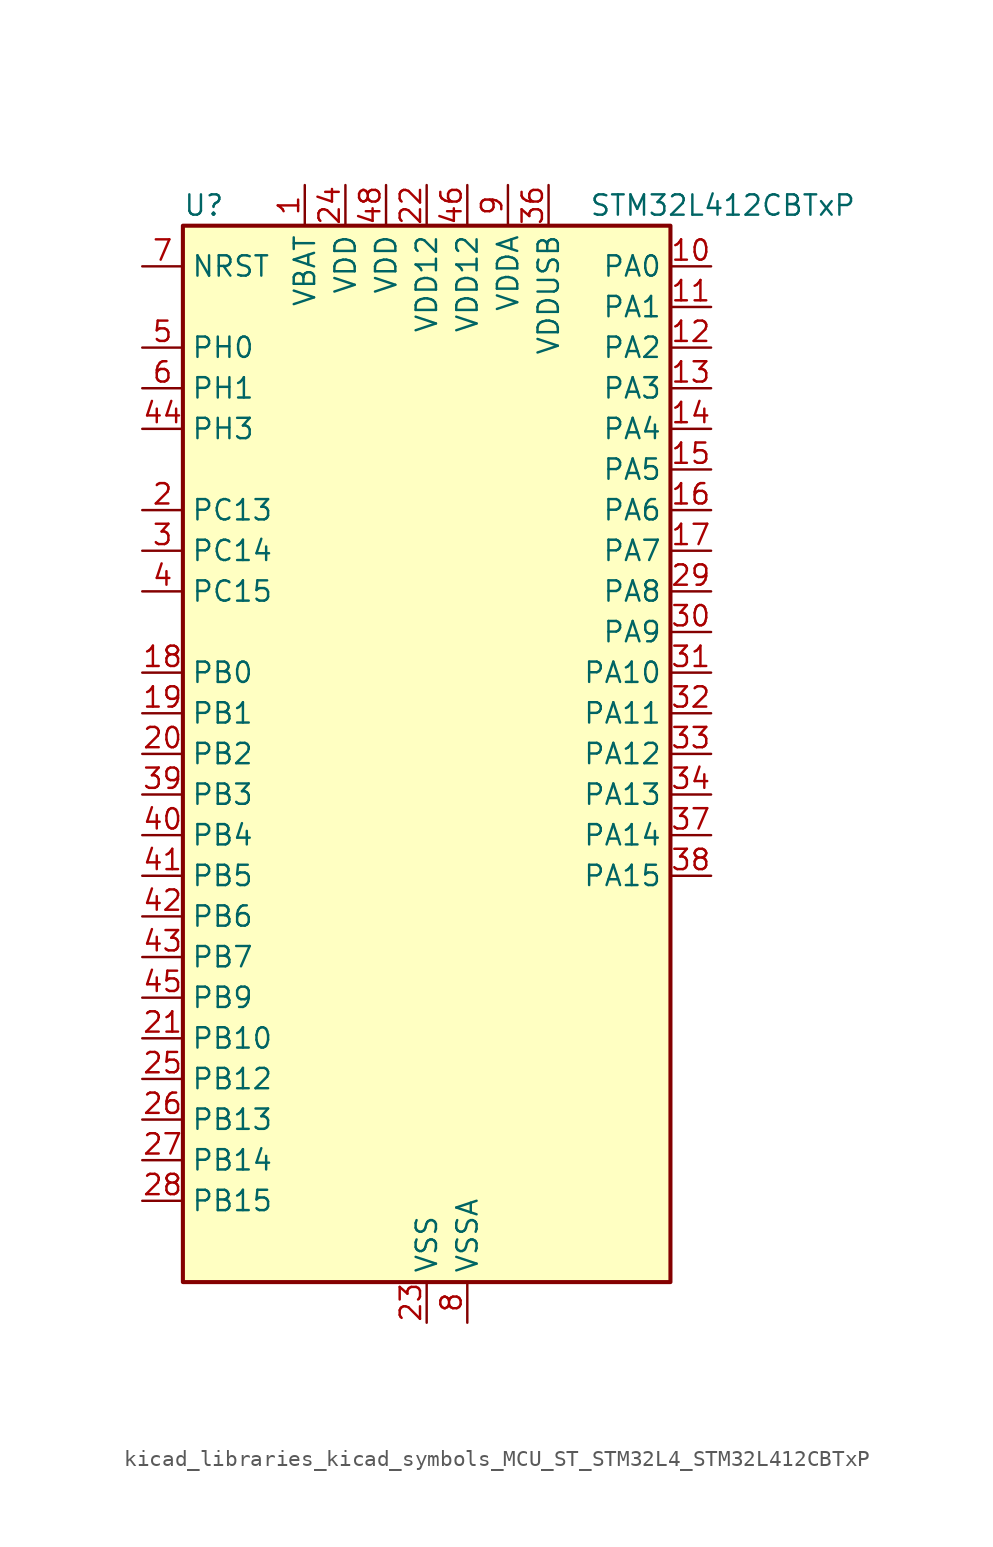
<source format=kicad_sym>
(kicad_symbol_lib
  (version 20220914)
  (generator kicad_symbol_editor)
  (symbol "kicad_libraries_kicad_symbols_MCU_ST_STM32L4_STM32L412CBTxP"
    (property "Reference" "U"
      (at -15.24 34.29 0)
      (effects (font (size 1.27 1.27)) (justify left)))
    (property "Value" "STM32L412CBTxP"
      (at 10.16 34.29 0)
      (effects (font (size 1.27 1.27)) (justify left)))
    (property "ki_locked" ""
      (at 0 0 0)
      (effects (font (size 1.27 1.27))))
    (symbol "kicad_libraries_kicad_symbols_MCU_ST_STM32L4_STM32L412CBTxP_0_1"
      (rectangle (start -15.24 -33.02) (end 15.24 33.02) (stroke (width 0.254) (type default)) (fill (type background))))
    (symbol "kicad_libraries_kicad_symbols_MCU_ST_STM32L4_STM32L412CBTxP_1_1"
      (pin power_in line (at -7.62 35.56 270) (length 2.54) (name "VBAT" (effects (font (size 1.27 1.27)))) (number "1" (effects (font (size 1.27 1.27)))))
      (pin bidirectional line (at 17.78 30.48 180) (length 2.54) (name "PA0" (effects (font (size 1.27 1.27)))) (number "10" (effects (font (size 1.27 1.27)))) (alternate "ADC1_IN5" bidirectional line) (alternate "COMP1_INM" bidirectional line) (alternate "COMP1_OUT" bidirectional line) (alternate "OPAMP1_VINP" bidirectional line) (alternate "RTC_TAMP2" bidirectional line) (alternate "SYS_WKUP1" bidirectional line) (alternate "TIM2_CH1" bidirectional line) (alternate "TIM2_ETR" bidirectional line) (alternate "USART2_CTS" bidirectional line))
      (pin bidirectional line (at 17.78 27.94 180) (length 2.54) (name "PA1" (effects (font (size 1.27 1.27)))) (number "11" (effects (font (size 1.27 1.27)))) (alternate "ADC1_IN6" bidirectional line) (alternate "COMP1_INP" bidirectional line) (alternate "I2C1_SMBA" bidirectional line) (alternate "OPAMP1_VINM" bidirectional line) (alternate "SPI1_SCK" bidirectional line) (alternate "TIM15_CH1N" bidirectional line) (alternate "TIM2_CH2" bidirectional line) (alternate "USART2_DE" bidirectional line) (alternate "USART2_RTS" bidirectional line))
      (pin bidirectional line (at 17.78 25.4 180) (length 2.54) (name "PA2" (effects (font (size 1.27 1.27)))) (number "12" (effects (font (size 1.27 1.27)))) (alternate "ADC1_IN7" bidirectional line) (alternate "ADC2_IN7" bidirectional line) (alternate "LPUART1_TX" bidirectional line) (alternate "QUADSPI_BK1_NCS" bidirectional line) (alternate "RCC_LSCO" bidirectional line) (alternate "SYS_WKUP4" bidirectional line) (alternate "TIM15_CH1" bidirectional line) (alternate "TIM2_CH3" bidirectional line) (alternate "USART2_TX" bidirectional line))
      (pin bidirectional line (at 17.78 22.86 180) (length 2.54) (name "PA3" (effects (font (size 1.27 1.27)))) (number "13" (effects (font (size 1.27 1.27)))) (alternate "ADC1_IN8" bidirectional line) (alternate "ADC2_IN8" bidirectional line) (alternate "LPUART1_RX" bidirectional line) (alternate "OPAMP1_VOUT" bidirectional line) (alternate "QUADSPI_CLK" bidirectional line) (alternate "TIM15_CH2" bidirectional line) (alternate "TIM2_CH4" bidirectional line) (alternate "USART2_RX" bidirectional line))
      (pin bidirectional line (at 17.78 20.32 180) (length 2.54) (name "PA4" (effects (font (size 1.27 1.27)))) (number "14" (effects (font (size 1.27 1.27)))) (alternate "ADC1_IN9" bidirectional line) (alternate "ADC2_IN9" bidirectional line) (alternate "COMP1_INM" bidirectional line) (alternate "LPTIM2_OUT" bidirectional line) (alternate "SPI1_NSS" bidirectional line) (alternate "USART2_CK" bidirectional line))
      (pin bidirectional line (at 17.78 17.78 180) (length 2.54) (name "PA5" (effects (font (size 1.27 1.27)))) (number "15" (effects (font (size 1.27 1.27)))) (alternate "ADC1_IN10" bidirectional line) (alternate "ADC2_IN10" bidirectional line) (alternate "COMP1_INM" bidirectional line) (alternate "LPTIM2_ETR" bidirectional line) (alternate "SPI1_SCK" bidirectional line) (alternate "TIM2_CH1" bidirectional line) (alternate "TIM2_ETR" bidirectional line))
      (pin bidirectional line (at 17.78 15.24 180) (length 2.54) (name "PA6" (effects (font (size 1.27 1.27)))) (number "16" (effects (font (size 1.27 1.27)))) (alternate "ADC1_IN11" bidirectional line) (alternate "ADC2_IN11" bidirectional line) (alternate "COMP1_OUT" bidirectional line) (alternate "LPUART1_CTS" bidirectional line) (alternate "QUADSPI_BK1_IO3" bidirectional line) (alternate "SPI1_MISO" bidirectional line) (alternate "TIM16_CH1" bidirectional line) (alternate "TIM1_BKIN" bidirectional line) (alternate "USART3_CTS" bidirectional line))
      (pin bidirectional line (at 17.78 12.7 180) (length 2.54) (name "PA7" (effects (font (size 1.27 1.27)))) (number "17" (effects (font (size 1.27 1.27)))) (alternate "ADC1_IN12" bidirectional line) (alternate "ADC2_IN12" bidirectional line) (alternate "I2C3_SCL" bidirectional line) (alternate "QUADSPI_BK1_IO2" bidirectional line) (alternate "SPI1_MOSI" bidirectional line) (alternate "TIM1_CH1N" bidirectional line))
      (pin bidirectional line (at -17.78 5.08 0) (length 2.54) (name "PB0" (effects (font (size 1.27 1.27)))) (number "18" (effects (font (size 1.27 1.27)))) (alternate "ADC1_IN15" bidirectional line) (alternate "ADC2_IN15" bidirectional line) (alternate "COMP1_OUT" bidirectional line) (alternate "QUADSPI_BK1_IO1" bidirectional line) (alternate "SPI1_NSS" bidirectional line) (alternate "SYS_TRACED0" bidirectional line) (alternate "TIM1_CH2N" bidirectional line) (alternate "USART3_CK" bidirectional line))
      (pin bidirectional line (at -17.78 2.54 0) (length 2.54) (name "PB1" (effects (font (size 1.27 1.27)))) (number "19" (effects (font (size 1.27 1.27)))) (alternate "ADC1_IN16" bidirectional line) (alternate "ADC2_IN16" bidirectional line) (alternate "COMP1_INM" bidirectional line) (alternate "LPTIM2_IN1" bidirectional line) (alternate "LPUART1_DE" bidirectional line) (alternate "LPUART1_RTS" bidirectional line) (alternate "QUADSPI_BK1_IO0" bidirectional line) (alternate "SYS_TRACED1" bidirectional line) (alternate "TIM1_CH3N" bidirectional line) (alternate "USART3_DE" bidirectional line) (alternate "USART3_RTS" bidirectional line))
      (pin bidirectional line (at -17.78 15.24 0) (length 2.54) (name "PC13" (effects (font (size 1.27 1.27)))) (number "2" (effects (font (size 1.27 1.27)))) (alternate "RTC_OUT_ALARM" bidirectional line) (alternate "RTC_OUT_CALIB" bidirectional line) (alternate "RTC_TAMP1" bidirectional line) (alternate "RTC_TS" bidirectional line) (alternate "SYS_WKUP2" bidirectional line))
      (pin bidirectional line (at -17.78 0 0) (length 2.54) (name "PB2" (effects (font (size 1.27 1.27)))) (number "20" (effects (font (size 1.27 1.27)))) (alternate "COMP1_INP" bidirectional line) (alternate "I2C3_SMBA" bidirectional line) (alternate "LPTIM1_OUT" bidirectional line) (alternate "RTC_OUT_ALARM" bidirectional line) (alternate "RTC_OUT_CALIB" bidirectional line))
      (pin bidirectional line (at -17.78 -17.78 0) (length 2.54) (name "PB10" (effects (font (size 1.27 1.27)))) (number "21" (effects (font (size 1.27 1.27)))) (alternate "COMP1_OUT" bidirectional line) (alternate "I2C2_SCL" bidirectional line) (alternate "LPUART1_RX" bidirectional line) (alternate "QUADSPI_CLK" bidirectional line) (alternate "SPI2_SCK" bidirectional line) (alternate "TIM2_CH3" bidirectional line) (alternate "TSC_SYNC" bidirectional line) (alternate "USART3_TX" bidirectional line))
      (pin power_in line (at 0 35.56 270) (length 2.54) (name "VDD12" (effects (font (size 1.27 1.27)))) (number "22" (effects (font (size 1.27 1.27)))))
      (pin power_in line (at 0 -35.56 90) (length 2.54) (name "VSS" (effects (font (size 1.27 1.27)))) (number "23" (effects (font (size 1.27 1.27)))))
      (pin power_in line (at -5.08 35.56 270) (length 2.54) (name "VDD" (effects (font (size 1.27 1.27)))) (number "24" (effects (font (size 1.27 1.27)))))
      (pin bidirectional line (at -17.78 -20.32 0) (length 2.54) (name "PB12" (effects (font (size 1.27 1.27)))) (number "25" (effects (font (size 1.27 1.27)))) (alternate "I2C2_SMBA" bidirectional line) (alternate "LPUART1_DE" bidirectional line) (alternate "LPUART1_RTS" bidirectional line) (alternate "SPI2_NSS" bidirectional line) (alternate "TIM15_BKIN" bidirectional line) (alternate "TIM1_BKIN" bidirectional line) (alternate "TSC_G1_IO1" bidirectional line) (alternate "USART3_CK" bidirectional line))
      (pin bidirectional line (at -17.78 -22.86 0) (length 2.54) (name "PB13" (effects (font (size 1.27 1.27)))) (number "26" (effects (font (size 1.27 1.27)))) (alternate "I2C2_SCL" bidirectional line) (alternate "LPUART1_CTS" bidirectional line) (alternate "SPI2_SCK" bidirectional line) (alternate "TIM15_CH1N" bidirectional line) (alternate "TIM1_CH1N" bidirectional line) (alternate "TSC_G1_IO2" bidirectional line) (alternate "USART3_CTS" bidirectional line))
      (pin bidirectional line (at -17.78 -25.4 0) (length 2.54) (name "PB14" (effects (font (size 1.27 1.27)))) (number "27" (effects (font (size 1.27 1.27)))) (alternate "I2C2_SDA" bidirectional line) (alternate "SPI2_MISO" bidirectional line) (alternate "TIM15_CH1" bidirectional line) (alternate "TIM1_CH2N" bidirectional line) (alternate "TSC_G1_IO3" bidirectional line) (alternate "USART3_DE" bidirectional line) (alternate "USART3_RTS" bidirectional line))
      (pin bidirectional line (at -17.78 -27.94 0) (length 2.54) (name "PB15" (effects (font (size 1.27 1.27)))) (number "28" (effects (font (size 1.27 1.27)))) (alternate "ADC1_EXTI15" bidirectional line) (alternate "ADC2_EXTI15" bidirectional line) (alternate "RTC_REFIN" bidirectional line) (alternate "SPI2_MOSI" bidirectional line) (alternate "TIM15_CH2" bidirectional line) (alternate "TIM1_CH3N" bidirectional line) (alternate "TSC_G1_IO4" bidirectional line))
      (pin bidirectional line (at 17.78 10.16 180) (length 2.54) (name "PA8" (effects (font (size 1.27 1.27)))) (number "29" (effects (font (size 1.27 1.27)))) (alternate "LPTIM2_OUT" bidirectional line) (alternate "RCC_MCO" bidirectional line) (alternate "TIM1_CH1" bidirectional line) (alternate "USART1_CK" bidirectional line))
      (pin bidirectional line (at -17.78 12.7 0) (length 2.54) (name "PC14" (effects (font (size 1.27 1.27)))) (number "3" (effects (font (size 1.27 1.27)))) (alternate "RCC_OSC32_IN" bidirectional line))
      (pin bidirectional line (at 17.78 7.62 180) (length 2.54) (name "PA9" (effects (font (size 1.27 1.27)))) (number "30" (effects (font (size 1.27 1.27)))) (alternate "I2C1_SCL" bidirectional line) (alternate "TIM15_BKIN" bidirectional line) (alternate "TIM1_CH2" bidirectional line) (alternate "USART1_TX" bidirectional line))
      (pin bidirectional line (at 17.78 5.08 180) (length 2.54) (name "PA10" (effects (font (size 1.27 1.27)))) (number "31" (effects (font (size 1.27 1.27)))) (alternate "CRS_SYNC" bidirectional line) (alternate "I2C1_SDA" bidirectional line) (alternate "TIM1_CH3" bidirectional line) (alternate "USART1_RX" bidirectional line))
      (pin bidirectional line (at 17.78 2.54 180) (length 2.54) (name "PA11" (effects (font (size 1.27 1.27)))) (number "32" (effects (font (size 1.27 1.27)))) (alternate "ADC1_EXTI11" bidirectional line) (alternate "ADC2_EXTI11" bidirectional line) (alternate "COMP1_OUT" bidirectional line) (alternate "SPI1_MISO" bidirectional line) (alternate "TIM1_BKIN2" bidirectional line) (alternate "TIM1_BKIN2_COMP1" bidirectional line) (alternate "TIM1_CH4" bidirectional line) (alternate "USART1_CTS" bidirectional line) (alternate "USB_DM" bidirectional line))
      (pin bidirectional line (at 17.78 0 180) (length 2.54) (name "PA12" (effects (font (size 1.27 1.27)))) (number "33" (effects (font (size 1.27 1.27)))) (alternate "SPI1_MOSI" bidirectional line) (alternate "TIM1_ETR" bidirectional line) (alternate "USART1_DE" bidirectional line) (alternate "USART1_RTS" bidirectional line) (alternate "USB_DP" bidirectional line))
      (pin bidirectional line (at 17.78 -2.54 180) (length 2.54) (name "PA13" (effects (font (size 1.27 1.27)))) (number "34" (effects (font (size 1.27 1.27)))) (alternate "IR_OUT" bidirectional line) (alternate "SYS_JTMS-SWDIO" bidirectional line) (alternate "USB_NOE" bidirectional line))
      (pin passive line (at 0 -35.56 90) (length 2.54) hide (name "VSS" (effects (font (size 1.27 1.27)))) (number "35" (effects (font (size 1.27 1.27)))))
      (pin power_in line (at 7.62 35.56 270) (length 2.54) (name "VDDUSB" (effects (font (size 1.27 1.27)))) (number "36" (effects (font (size 1.27 1.27)))))
      (pin bidirectional line (at 17.78 -5.08 180) (length 2.54) (name "PA14" (effects (font (size 1.27 1.27)))) (number "37" (effects (font (size 1.27 1.27)))) (alternate "I2C1_SMBA" bidirectional line) (alternate "LPTIM1_OUT" bidirectional line) (alternate "SYS_JTCK-SWCLK" bidirectional line))
      (pin bidirectional line (at 17.78 -7.62 180) (length 2.54) (name "PA15" (effects (font (size 1.27 1.27)))) (number "38" (effects (font (size 1.27 1.27)))) (alternate "ADC1_EXTI15" bidirectional line) (alternate "ADC2_EXTI15" bidirectional line) (alternate "SPI1_NSS" bidirectional line) (alternate "SYS_JTDI" bidirectional line) (alternate "TIM2_CH1" bidirectional line) (alternate "TIM2_ETR" bidirectional line) (alternate "USART2_RX" bidirectional line) (alternate "USART3_DE" bidirectional line) (alternate "USART3_RTS" bidirectional line))
      (pin bidirectional line (at -17.78 -2.54 0) (length 2.54) (name "PB3" (effects (font (size 1.27 1.27)))) (number "39" (effects (font (size 1.27 1.27)))) (alternate "SPI1_SCK" bidirectional line) (alternate "SYS_JTDO-SWO" bidirectional line) (alternate "TIM2_CH2" bidirectional line) (alternate "USART1_DE" bidirectional line) (alternate "USART1_RTS" bidirectional line))
      (pin bidirectional line (at -17.78 10.16 0) (length 2.54) (name "PC15" (effects (font (size 1.27 1.27)))) (number "4" (effects (font (size 1.27 1.27)))) (alternate "ADC1_EXTI15" bidirectional line) (alternate "ADC2_EXTI15" bidirectional line) (alternate "RCC_OSC32_OUT" bidirectional line))
      (pin bidirectional line (at -17.78 -5.08 0) (length 2.54) (name "PB4" (effects (font (size 1.27 1.27)))) (number "40" (effects (font (size 1.27 1.27)))) (alternate "I2C3_SDA" bidirectional line) (alternate "SPI1_MISO" bidirectional line) (alternate "SYS_JTRST" bidirectional line) (alternate "TSC_G2_IO1" bidirectional line) (alternate "USART1_CTS" bidirectional line))
      (pin bidirectional line (at -17.78 -7.62 0) (length 2.54) (name "PB5" (effects (font (size 1.27 1.27)))) (number "41" (effects (font (size 1.27 1.27)))) (alternate "I2C1_SMBA" bidirectional line) (alternate "LPTIM1_IN1" bidirectional line) (alternate "SPI1_MOSI" bidirectional line) (alternate "SYS_TRACED2" bidirectional line) (alternate "TIM16_BKIN" bidirectional line) (alternate "TSC_G2_IO2" bidirectional line) (alternate "USART1_CK" bidirectional line))
      (pin bidirectional line (at -17.78 -10.16 0) (length 2.54) (name "PB6" (effects (font (size 1.27 1.27)))) (number "42" (effects (font (size 1.27 1.27)))) (alternate "I2C1_SCL" bidirectional line) (alternate "LPTIM1_ETR" bidirectional line) (alternate "SYS_TRACED3" bidirectional line) (alternate "TIM16_CH1N" bidirectional line) (alternate "TSC_G2_IO3" bidirectional line) (alternate "USART1_TX" bidirectional line))
      (pin bidirectional line (at -17.78 -12.7 0) (length 2.54) (name "PB7" (effects (font (size 1.27 1.27)))) (number "43" (effects (font (size 1.27 1.27)))) (alternate "I2C1_SDA" bidirectional line) (alternate "LPTIM1_IN2" bidirectional line) (alternate "SYS_PVD_IN" bidirectional line) (alternate "SYS_TRACECLK" bidirectional line) (alternate "TSC_G2_IO4" bidirectional line) (alternate "USART1_RX" bidirectional line))
      (pin bidirectional line (at -17.78 20.32 0) (length 2.54) (name "PH3" (effects (font (size 1.27 1.27)))) (number "44" (effects (font (size 1.27 1.27)))))
      (pin bidirectional line (at -17.78 -15.24 0) (length 2.54) (name "PB9" (effects (font (size 1.27 1.27)))) (number "45" (effects (font (size 1.27 1.27)))) (alternate "I2C1_SDA" bidirectional line) (alternate "IR_OUT" bidirectional line) (alternate "SPI2_NSS" bidirectional line))
      (pin power_in line (at 2.54 35.56 270) (length 2.54) (name "VDD12" (effects (font (size 1.27 1.27)))) (number "46" (effects (font (size 1.27 1.27)))))
      (pin passive line (at 0 -35.56 90) (length 2.54) hide (name "VSS" (effects (font (size 1.27 1.27)))) (number "47" (effects (font (size 1.27 1.27)))))
      (pin power_in line (at -2.54 35.56 270) (length 2.54) (name "VDD" (effects (font (size 1.27 1.27)))) (number "48" (effects (font (size 1.27 1.27)))))
      (pin bidirectional line (at -17.78 25.4 0) (length 2.54) (name "PH0" (effects (font (size 1.27 1.27)))) (number "5" (effects (font (size 1.27 1.27)))) (alternate "RCC_OSC_IN" bidirectional line))
      (pin bidirectional line (at -17.78 22.86 0) (length 2.54) (name "PH1" (effects (font (size 1.27 1.27)))) (number "6" (effects (font (size 1.27 1.27)))) (alternate "RCC_OSC_OUT" bidirectional line))
      (pin input line (at -17.78 30.48 0) (length 2.54) (name "NRST" (effects (font (size 1.27 1.27)))) (number "7" (effects (font (size 1.27 1.27)))))
      (pin power_in line (at 2.54 -35.56 90) (length 2.54) (name "VSSA" (effects (font (size 1.27 1.27)))) (number "8" (effects (font (size 1.27 1.27)))))
      (pin power_in line (at 5.08 35.56 270) (length 2.54) (name "VDDA" (effects (font (size 1.27 1.27)))) (number "9" (effects (font (size 1.27 1.27))))))))
</source>
